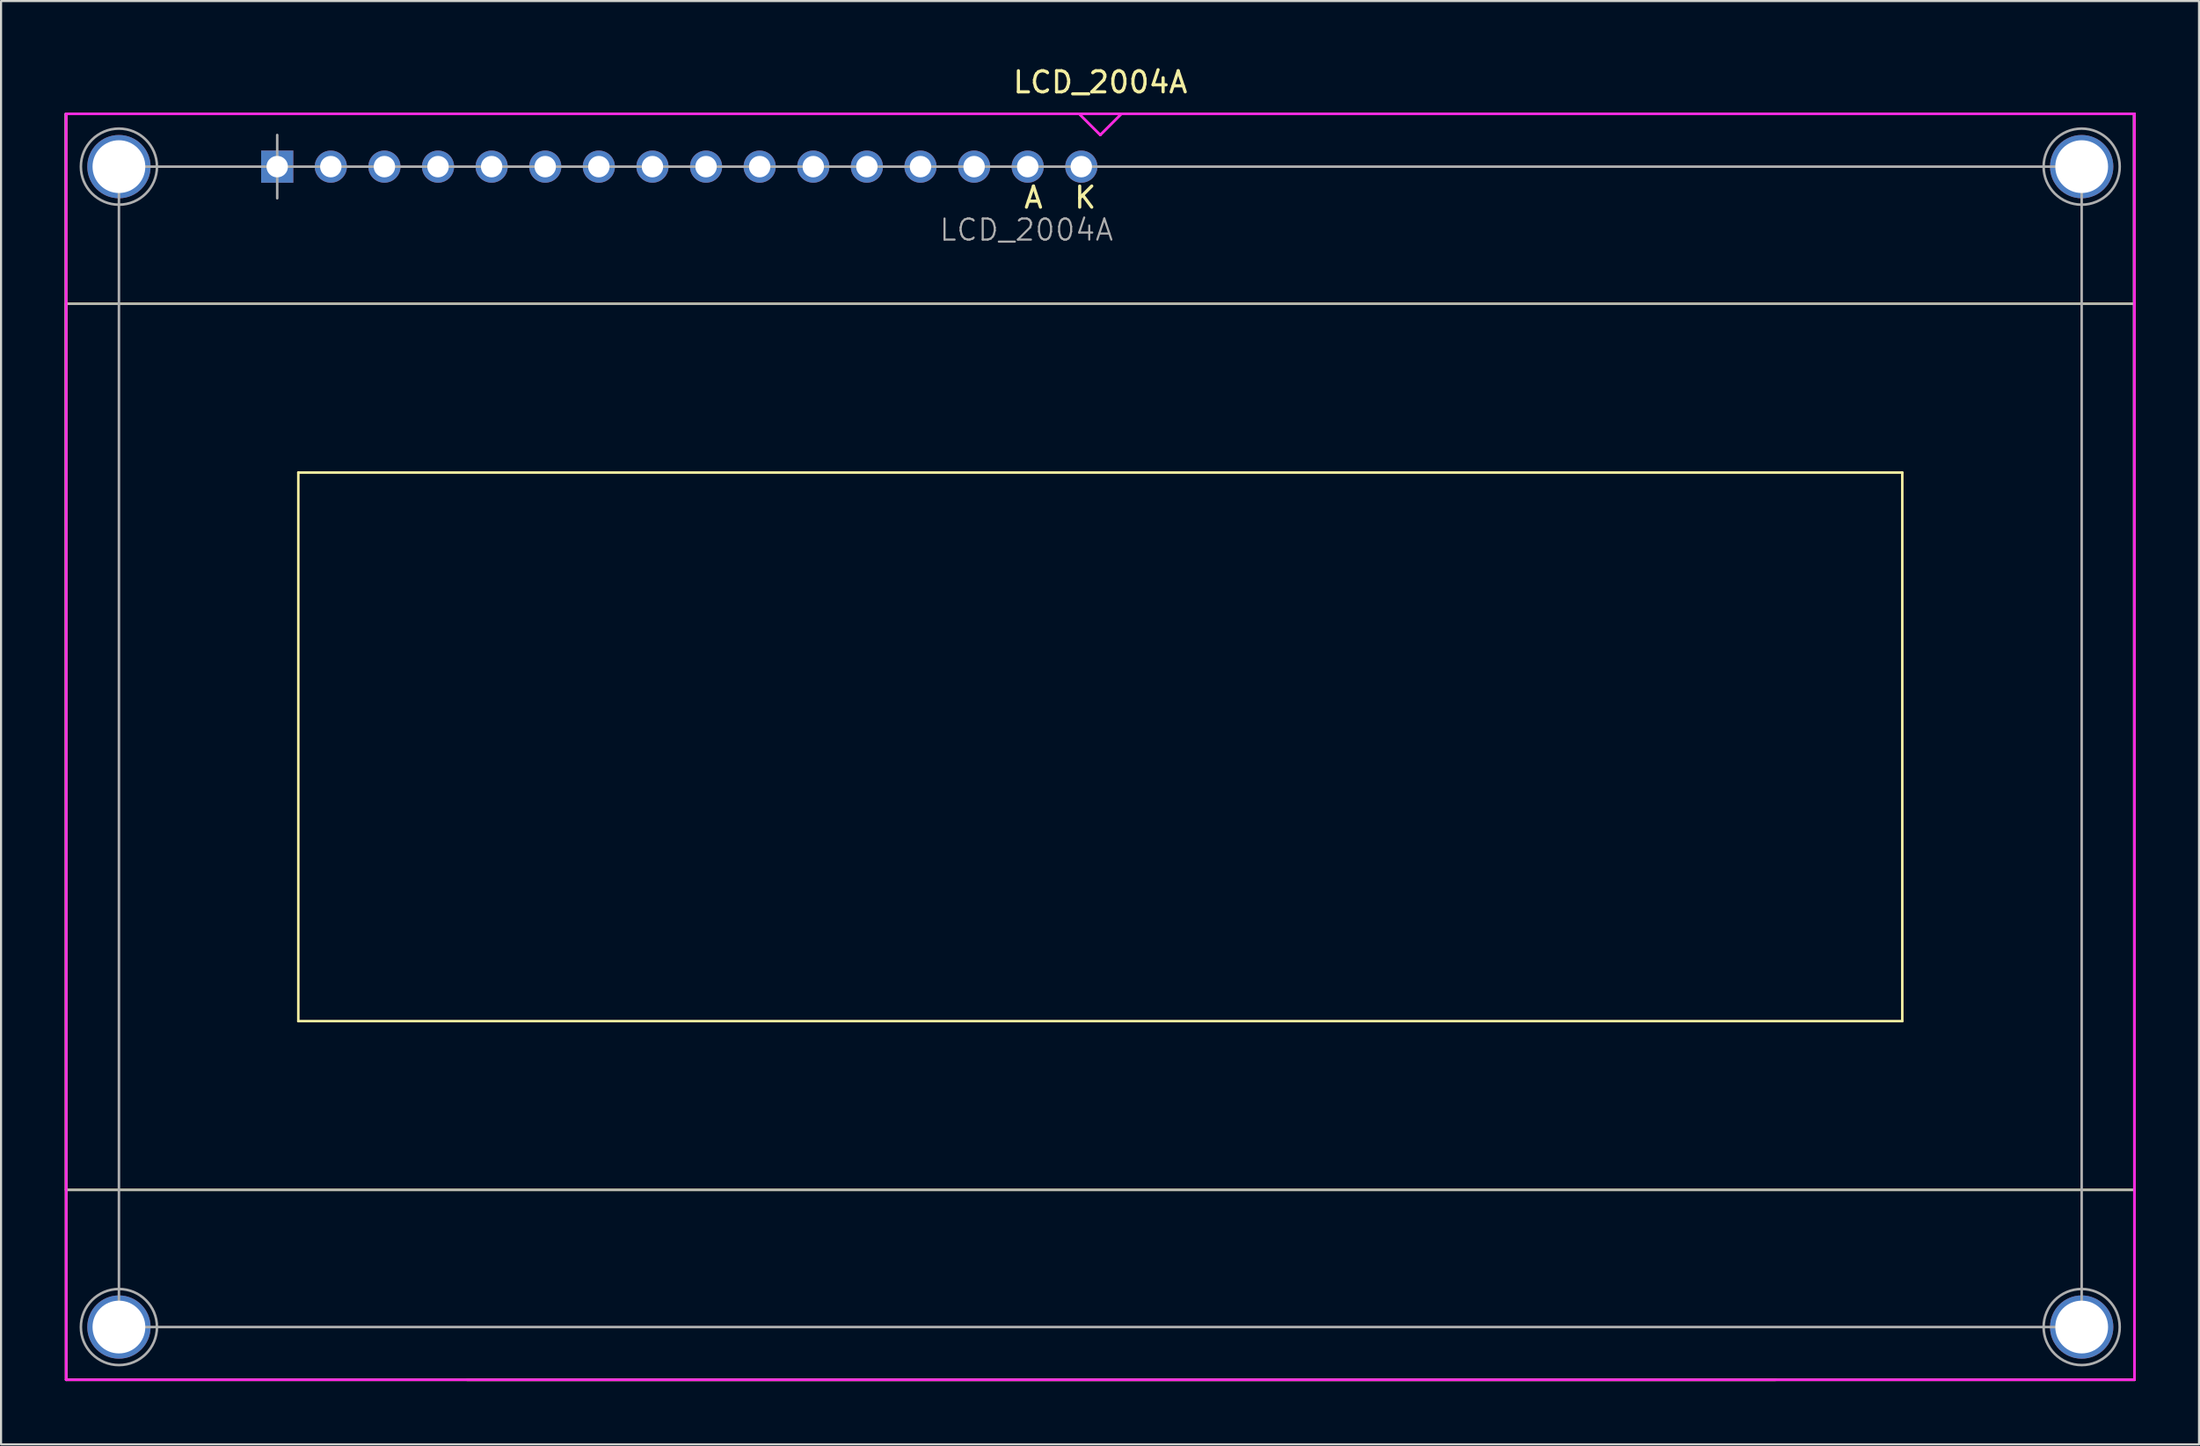
<source format=kicad_pcb>
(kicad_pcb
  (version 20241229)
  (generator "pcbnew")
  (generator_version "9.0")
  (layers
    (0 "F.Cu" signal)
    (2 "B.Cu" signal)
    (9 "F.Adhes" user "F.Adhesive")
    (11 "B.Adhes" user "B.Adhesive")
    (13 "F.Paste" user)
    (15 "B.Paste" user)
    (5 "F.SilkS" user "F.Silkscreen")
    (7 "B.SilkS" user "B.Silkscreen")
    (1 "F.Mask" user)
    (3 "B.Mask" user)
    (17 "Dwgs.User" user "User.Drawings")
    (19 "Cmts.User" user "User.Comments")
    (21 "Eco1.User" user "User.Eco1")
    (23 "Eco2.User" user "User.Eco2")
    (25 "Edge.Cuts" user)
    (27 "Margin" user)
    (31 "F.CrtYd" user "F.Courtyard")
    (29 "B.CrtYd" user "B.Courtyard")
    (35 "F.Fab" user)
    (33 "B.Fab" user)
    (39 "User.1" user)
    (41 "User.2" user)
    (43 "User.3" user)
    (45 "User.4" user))
  (footprint "LCD_2004A"
    (layer "F.Cu")
    (at 49.085 32.348)
    (property "Reference" "LCD_2004A" (at 0 -31.5 180) (layer "F.SilkS") (effects (font (size 1 1) (thickness 0.15))))
    (attr through_hole)
    (fp_line (start -49 -30) (end -49 30) (stroke (width 0.12) (type solid)) (layer "F.SilkS"))
    (fp_line (start -49 -21) (end -49 21) (stroke (width 0.12) (type solid)) (layer "F.SilkS"))
    (fp_line (start -49 21) (end 49 21) (stroke (width 0.12) (type solid)) (layer "F.SilkS"))
    (fp_line (start -49 30) (end 49 30) (stroke (width 0.12) (type solid)) (layer "F.SilkS"))
    (fp_line (start -38 -13) (end -38 13) (stroke (width 0.12) (type solid)) (layer "F.SilkS"))
    (fp_line (start -38 13) (end 38 13) (stroke (width 0.12) (type solid)) (layer "F.SilkS"))
    (fp_line (start 32 30) (end -30 30) (stroke (width 0.12) (type solid)) (layer "F.SilkS"))
    (fp_line (start 38 -13) (end -38 -13) (stroke (width 0.12) (type solid)) (layer "F.SilkS"))
    (fp_line (start 38 13) (end 38 -13) (stroke (width 0.12) (type solid)) (layer "F.SilkS"))
    (fp_line (start 49 -30) (end -49 -30) (stroke (width 0.12) (type solid)) (layer "F.SilkS"))
    (fp_line (start 49 -21) (end -49 -21) (stroke (width 0.12) (type solid)) (layer "F.SilkS"))
    (fp_line (start 49 21) (end 49 -21) (stroke (width 0.12) (type solid)) (layer "F.SilkS"))
    (fp_line (start 49 30) (end 49 -30) (stroke (width 0.12) (type solid)) (layer "F.SilkS"))
    (fp_line (start -49 -30) (end -49 30) (stroke (width 0.12) (type solid)) (layer "F.CrtYd"))
    (fp_line (start -49 30) (end 49 30) (stroke (width 0.12) (type solid)) (layer "F.CrtYd"))
    (fp_line (start -1 -30) (end 0 -29) (stroke (width 0.12) (type solid)) (layer "F.CrtYd"))
    (fp_line (start 0 -29) (end 1 -30) (stroke (width 0.12) (type solid)) (layer "F.CrtYd"))
    (fp_line (start 49 -30) (end -49 -30) (stroke (width 0.12) (type solid)) (layer "F.CrtYd"))
    (fp_line (start 49 30) (end 49 -30) (stroke (width 0.12) (type solid)) (layer "F.CrtYd"))
    (fp_line (start -49.025 -29.997) (end -49 30) (stroke (width 0.12) (type solid)) (layer "F.Fab"))
    (fp_line (start -49.025 -29.997) (end 48.975 -29.997) (stroke (width 0.1) (type solid)) (layer "F.Fab"))
    (fp_line (start -49 30) (end 49 30) (stroke (width 0.1) (type solid)) (layer "F.Fab"))
    (fp_line (start -46.5 -27.5) (end -46.5 27.5) (stroke (width 0.12) (type solid)) (layer "F.Fab"))
    (fp_line (start -46.5 27.5) (end 46.5 27.5) (stroke (width 0.12) (type solid)) (layer "F.Fab"))
    (fp_line (start -39 -29) (end -39 -26) (stroke (width 0.12) (type solid)) (layer "F.Fab"))
    (fp_line (start 0 -29) (end -1 -30) (stroke (width 0.1) (type solid)) (layer "F.Fab"))
    (fp_line (start 1 -30) (end 0 -29) (stroke (width 0.1) (type solid)) (layer "F.Fab"))
    (fp_line (start 46.5 -27.5) (end -46.5 -27.5) (stroke (width 0.12) (type solid)) (layer "F.Fab"))
    (fp_line (start 46.5 27.5) (end 46.5 -27.5) (stroke (width 0.12) (type solid)) (layer "F.Fab"))
    (fp_line (start 48.975 -29.997) (end 49 30) (stroke (width 0.12) (type solid)) (layer "F.Fab"))
    (fp_circle (center -46.5 -27.5) (end -45 -26.5) (stroke (width 0.12) (type solid)) (fill no) (layer "F.Fab"))
    (fp_circle (center -46.5 27.5) (end -45 28.5) (stroke (width 0.12) (type solid)) (fill no) (layer "F.Fab"))
    (fp_circle (center 46.5 -27.5) (end 47.5 -26) (stroke (width 0.12) (type solid)) (fill no) (layer "F.Fab"))
    (fp_circle (center 46.5 27.5) (end 47.5 29) (stroke (width 0.12) (type solid)) (fill no) (layer "F.Fab"))
    (fp_poly (pts (xy 49 21) (xy -49 21) (xy -49 -21) (xy 49 -21)) (stroke (width 0.1) (type solid)) (fill no) (layer "F.Fab"))
    (fp_text user "A  K" (at -1.905 -26.035 0) (layer "F.SilkS") (effects (font (size 1 1) (thickness 0.15))))
    (fp_text user "${REFERENCE}" (at -3.5 -24.5 180) (layer "F.Fab") (effects (font (size 1 1) (thickness 0.1))))
    (pad "" np_thru_hole circle (at -46.5 -27.5) (size 3 3) (drill 2.5) (layers "*.Cu" "*.Mask"))
    (pad "" np_thru_hole circle (at -46.5 27.5) (size 3 3) (drill 2.5) (layers "*.Cu" "*.Mask"))
    (pad "" np_thru_hole circle (at 46.5 -27.5) (size 3 3) (drill 2.5) (layers "*.Cu" "*.Mask"))
    (pad "" np_thru_hole circle (at 46.5 27.5) (size 3 3) (drill 2.5) (layers "*.Cu" "*.Mask"))
    (pad "1" thru_hole rect (at -39 -27.5 180) (size 1.524 1.524) (drill 1.016) (layers "*.Cu" "*.Mask"))
    (pad "2" thru_hole circle (at -36.46 -27.5 180) (size 1.524 1.524) (drill 1.016) (layers "*.Cu" "*.Mask"))
    (pad "3" thru_hole circle (at -33.92 -27.5 180) (size 1.524 1.524) (drill 1.016) (layers "*.Cu" "*.Mask"))
    (pad "4" thru_hole circle (at -31.38 -27.5 180) (size 1.524 1.524) (drill 1.016) (layers "*.Cu" "*.Mask"))
    (pad "5" thru_hole circle (at -28.84 -27.5 180) (size 1.524 1.524) (drill 1.016) (layers "*.Cu" "*.Mask"))
    (pad "6" thru_hole circle (at -26.3 -27.5 180) (size 1.524 1.524) (drill 1.016) (layers "*.Cu" "*.Mask"))
    (pad "7" thru_hole circle (at -23.76 -27.5 180) (size 1.524 1.524) (drill 1.016) (layers "*.Cu" "*.Mask"))
    (pad "8" thru_hole circle (at -21.22 -27.5 180) (size 1.524 1.524) (drill 1.016) (layers "*.Cu" "*.Mask"))
    (pad "9" thru_hole circle (at -18.68 -27.5 180) (size 1.524 1.524) (drill 1.016) (layers "*.Cu" "*.Mask"))
    (pad "10" thru_hole circle (at -16.14 -27.5 180) (size 1.524 1.524) (drill 1.016) (layers "*.Cu" "*.Mask"))
    (pad "11" thru_hole circle (at -13.6 -27.5 180) (size 1.524 1.524) (drill 1.016) (layers "*.Cu" "*.Mask"))
    (pad "12" thru_hole circle (at -11.06 -27.5 180) (size 1.524 1.524) (drill 1.016) (layers "*.Cu" "*.Mask"))
    (pad "13" thru_hole circle (at -8.52 -27.5 180) (size 1.524 1.524) (drill 1.016) (layers "*.Cu" "*.Mask"))
    (pad "14" thru_hole circle (at -5.98 -27.5 180) (size 1.524 1.524) (drill 1.016) (layers "*.Cu" "*.Mask"))
    (pad "15" thru_hole circle (at -3.44 -27.5 180) (size 1.524 1.524) (drill 1.016) (layers "*.Cu" "*.Mask"))
    (pad "16" thru_hole circle (at -0.9 -27.5 180) (size 1.524 1.524) (drill 1.016) (layers "*.Cu" "*.Mask")))
  (gr_rect
    (start -3 -3)
    (end 101.145 65.408)
    (stroke (width 0.1) (type default))
    (fill no)
    (layer "Edge.Cuts")))
</source>
